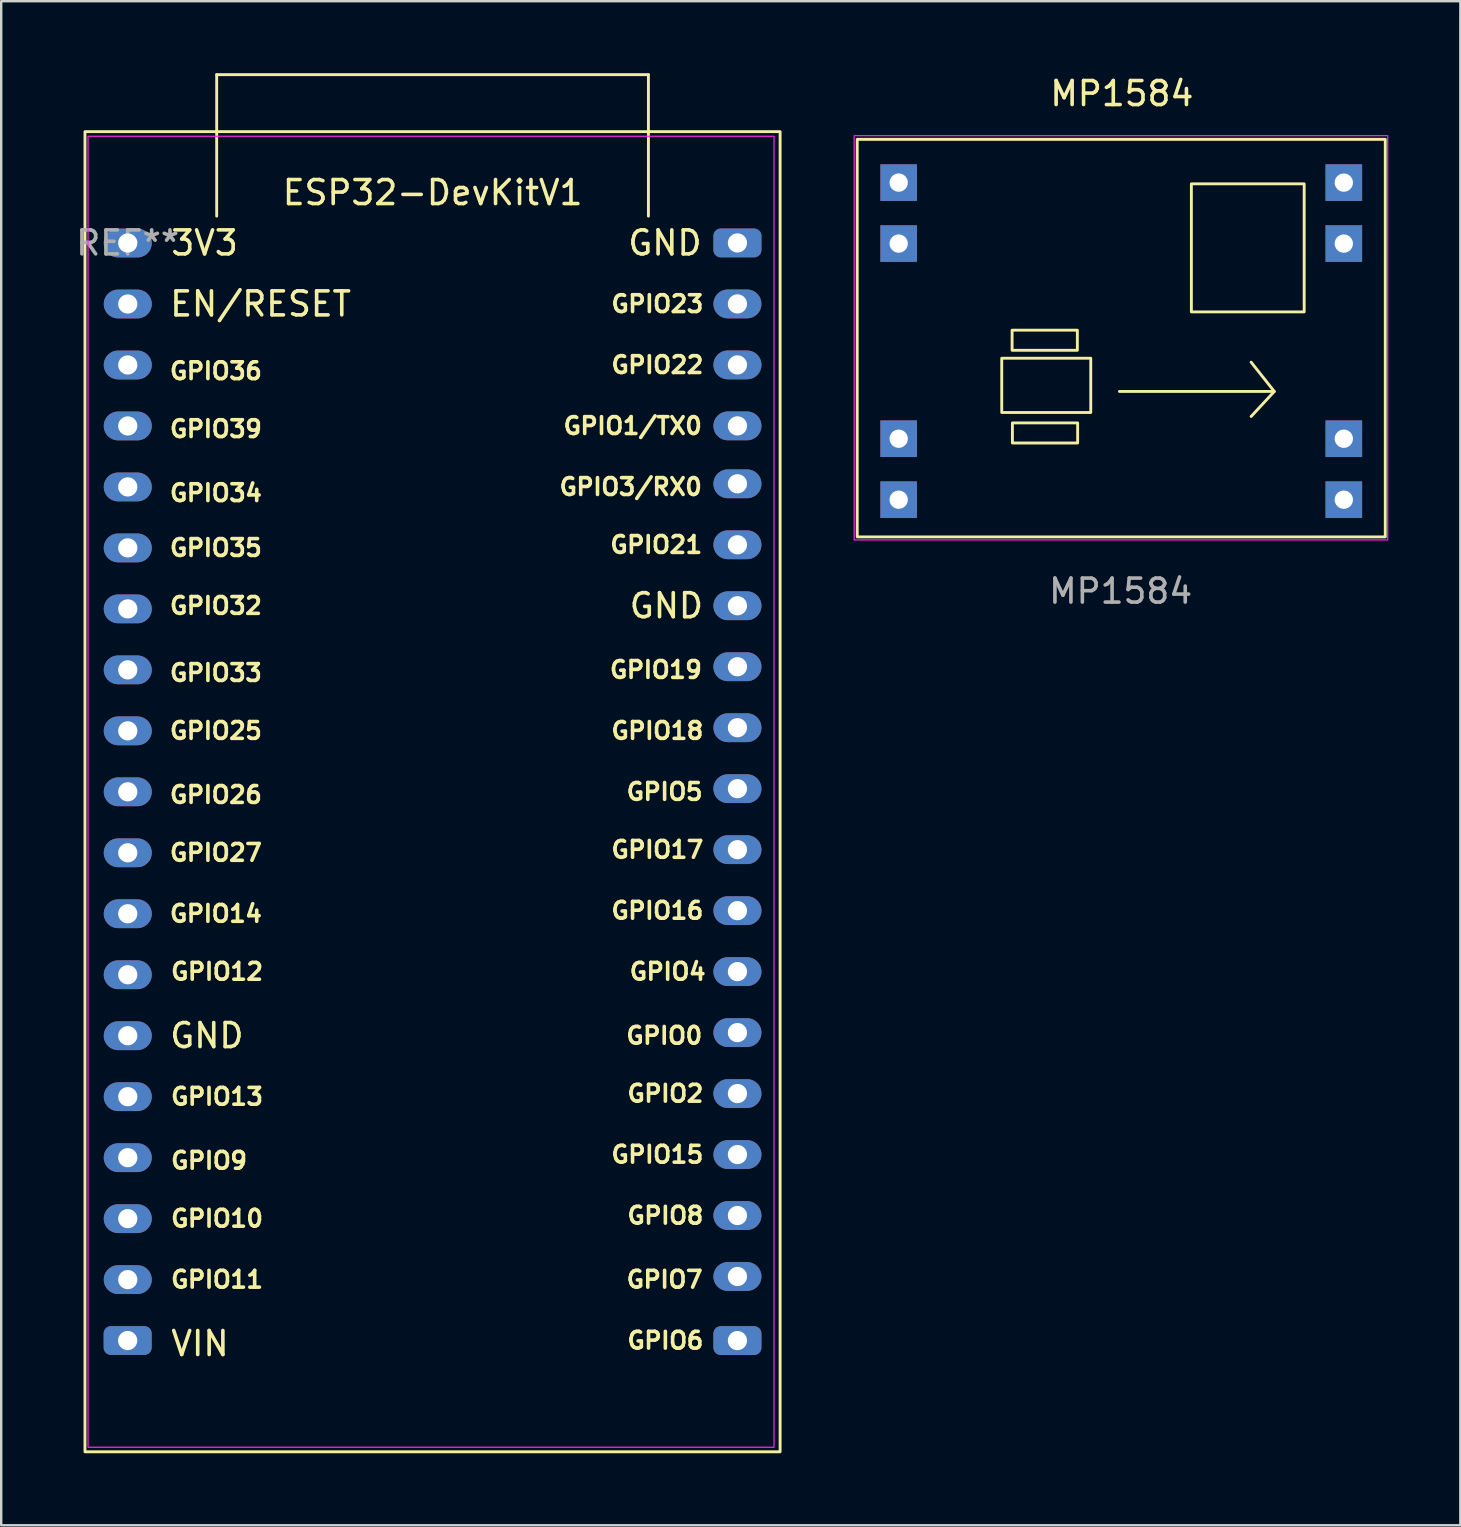
<source format=kicad_pcb>
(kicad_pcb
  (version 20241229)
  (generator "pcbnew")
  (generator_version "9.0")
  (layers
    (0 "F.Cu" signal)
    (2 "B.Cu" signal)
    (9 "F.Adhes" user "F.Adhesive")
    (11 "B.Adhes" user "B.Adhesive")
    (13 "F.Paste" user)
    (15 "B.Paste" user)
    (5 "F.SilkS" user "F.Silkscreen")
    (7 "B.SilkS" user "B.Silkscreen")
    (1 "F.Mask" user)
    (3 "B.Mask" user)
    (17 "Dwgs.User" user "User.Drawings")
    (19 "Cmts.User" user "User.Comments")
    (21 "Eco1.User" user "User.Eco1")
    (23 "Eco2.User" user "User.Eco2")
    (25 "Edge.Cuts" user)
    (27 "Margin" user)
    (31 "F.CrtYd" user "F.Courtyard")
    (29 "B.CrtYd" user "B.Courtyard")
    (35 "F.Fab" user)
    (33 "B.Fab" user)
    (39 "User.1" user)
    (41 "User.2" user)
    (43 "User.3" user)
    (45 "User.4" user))
  (footprint "MP1584"
    (layer "F.Cu")
    (at 43.656 11.161)
    (property "Reference" "MP1584" (at 0.025 -10.312 0) (unlocked yes) (layer "F.SilkS") (effects (font (size 1 1) (thickness 0.15))))
    (attr through_hole)
    (fp_line (start -0.076 2.095) (end 6.325 2.095) (stroke (width 0.12) (type solid)) (layer "F.SilkS"))
    (fp_line (start 5.41 0.876) (end 6.375 2.095) (stroke (width 0.12) (type solid)) (layer "F.SilkS"))
    (fp_line (start 5.41 3.137) (end 6.375 2.095) (stroke (width 0.12) (type solid)) (layer "F.SilkS"))
    (fp_rect (start -4.978 2.972) (end -1.27 0.711) (stroke (width 0.12) (type solid)) (fill no) (layer "F.SilkS"))
    (fp_rect (start -4.547 0.381) (end -1.829 -0.457) (stroke (width 0.12) (type solid)) (fill no) (layer "F.SilkS"))
    (fp_rect (start -4.534 4.242) (end -1.816 3.404) (stroke (width 0.12) (type solid)) (fill no) (layer "F.SilkS"))
    (fp_rect (start 2.921 -6.553) (end 7.62 -1.219) (stroke (width 0.12) (type solid)) (fill no) (layer "F.SilkS"))
    (fp_rect (start 10.998 -8.407) (end -10.998 8.153) (stroke (width 0.12) (type solid)) (fill no) (layer "F.SilkS"))
    (fp_rect (start -11.125 -8.56) (end 11.1 8.28) (stroke (width 0.05) (type solid)) (fill no) (layer "F.CrtYd"))
    (fp_text user "${REFERENCE}" (at -0.025 10.414 0) (unlocked yes) (layer "F.Fab") (effects (font (size 1 1) (thickness 0.15))))
    (pad "1" thru_hole rect (at -9.271 4.064) (size 1.524 1.524) (drill 0.762) (layers "*.Cu" "*.Mask"))
    (pad "1" thru_hole rect (at -9.271 6.604) (size 1.524 1.524) (drill 0.762) (layers "*.Cu" "*.Mask"))
    (pad "2" thru_hole rect (at -9.271 -6.604) (size 1.524 1.524) (drill 0.762) (layers "*.Cu" "*.Mask"))
    (pad "2" thru_hole rect (at -9.271 -4.064) (size 1.524 1.524) (drill 0.762) (layers "*.Cu" "*.Mask"))
    (pad "3" thru_hole rect (at 9.271 -6.604) (size 1.524 1.524) (drill 0.762) (layers "*.Cu" "*.Mask"))
    (pad "3" thru_hole rect (at 9.271 -4.064) (size 1.524 1.524) (drill 0.762) (layers "*.Cu" "*.Mask"))
    (pad "4" thru_hole rect (at 9.271 4.064) (size 1.524 1.524) (drill 0.762) (layers "*.Cu" "*.Mask"))
    (pad "4" thru_hole rect (at 9.271 6.604) (size 1.524 1.524) (drill 0.762) (layers "*.Cu" "*.Mask")))
  (footprint "ESP32-DevKitV1"
    (layer "F.Cu")
    (at 2.268 7.07)
    (property "Reference" "ESP32-DevKitV1" (at 12.704 -2.097 0) (layer "F.SilkS") (effects (font (size 1 1) (thickness 0.15))))
    (attr through_hole)
    (fp_line (start 3.708 -7.01) (end 21.692 -7.01) (stroke (width 0.12) (type solid)) (layer "F.SilkS"))
    (fp_line (start 3.708 -1.118) (end 3.708 -7.01) (stroke (width 0.12) (type solid)) (layer "F.SilkS"))
    (fp_line (start 21.692 -7.01) (end 21.692 -1.118) (stroke (width 0.12) (type solid)) (layer "F.SilkS"))
    (fp_rect (start -1.778 -4.636) (end 27.178 50.355) (stroke (width 0.12) (type solid)) (fill no) (layer "F.SilkS"))
    (fp_rect (start -1.651 -4.445) (end 26.924 50.165) (stroke (width 0.05) (type solid)) (fill no) (layer "F.CrtYd"))
    (fp_text user "GPIO9" (at 1.724 38.227 0) (unlocked yes) (layer "F.SilkS") (effects (font (size 0.7 0.7) (thickness 0.15)) (justify left)))
    (fp_text user "GPIO16" (at 20.066 27.813 0) (unlocked yes) (layer "F.SilkS") (effects (font (size 0.7 0.7) (thickness 0.15)) (justify left)))
    (fp_text user "GPIO14" (at 5.674 27.94 0) (unlocked yes) (layer "F.SilkS") (effects (font (size 0.7 0.7) (thickness 0.15)) (justify right)))
    (fp_text user "GPIO19" (at 24.003 17.78 0) (unlocked yes) (layer "F.SilkS") (effects (font (size 0.7 0.7) (thickness 0.15)) (justify right)))
    (fp_text user "GPIO21" (at 24.016 12.573 0) (unlocked yes) (layer "F.SilkS") (effects (font (size 0.7 0.7) (thickness 0.15)) (justify right)))
    (fp_text user "GPIO10" (at 1.724 40.64 0) (unlocked yes) (layer "F.SilkS") (effects (font (size 0.7 0.7) (thickness 0.15)) (justify left)))
    (fp_text user "GPIO18" (at 20.066 20.32 0) (unlocked yes) (layer "F.SilkS") (effects (font (size 0.7 0.7) (thickness 0.15)) (justify left)))
    (fp_text user "GPIO11" (at 1.724 43.18 0) (unlocked yes) (layer "F.SilkS") (effects (font (size 0.7 0.7) (thickness 0.15)) (justify left)))
    (fp_text user "GPIO6" (at 20.733 45.72 0) (unlocked yes) (layer "F.SilkS") (effects (font (size 0.7 0.7) (thickness 0.15)) (justify left)))
    (fp_text user "GND" (at 24.003 0 0) (unlocked yes) (layer "F.SilkS") (effects (font (size 1 1) (thickness 0.15)) (justify right)))
    (fp_text user "GPIO34" (at 5.674 10.414 0) (unlocked yes) (layer "F.SilkS") (effects (font (size 0.7 0.7) (thickness 0.15)) (justify right)))
    (fp_text user "GND" (at 4.922 33.02 0) (unlocked yes) (layer "F.SilkS") (effects (font (size 1 1) (thickness 0.15)) (justify right)))
    (fp_text user "GPIO0" (at 24.016 33.02 0) (unlocked yes) (layer "F.SilkS") (effects (font (size 0.7 0.7) (thickness 0.15)) (justify right)))
    (fp_text user "GND" (at 20.818 15.113 0) (unlocked yes) (layer "F.SilkS") (effects (font (size 1 1) (thickness 0.15)) (justify left)))
    (fp_text user "GPIO12" (at 1.724 30.353 0) (unlocked yes) (layer "F.SilkS") (effects (font (size 0.7 0.7) (thickness 0.15)) (justify left)))
    (fp_text user "GPIO25" (at 5.674 20.32 0) (unlocked yes) (layer "F.SilkS") (effects (font (size 0.7 0.7) (thickness 0.15)) (justify right)))
    (fp_text user "GPIO1/TX0" (at 24.003 7.62 0) (unlocked yes) (layer "F.SilkS") (effects (font (size 0.7 0.7) (thickness 0.15)) (justify right)))
    (fp_text user "GPIO15" (at 20.066 37.973 0) (unlocked yes) (layer "F.SilkS") (effects (font (size 0.7 0.7) (thickness 0.15)) (justify left)))
    (fp_text user "GPIO26" (at 5.674 22.987 0) (unlocked yes) (layer "F.SilkS") (effects (font (size 0.7 0.7) (thickness 0.15)) (justify right)))
    (fp_text user "GPIO3/RX0" (at 24.003 10.16 0) (unlocked yes) (layer "F.SilkS") (effects (font (size 0.7 0.7) (thickness 0.15)) (justify right)))
    (fp_text user "GPIO33" (at 5.674 17.907 0) (unlocked yes) (layer "F.SilkS") (effects (font (size 0.7 0.7) (thickness 0.15)) (justify right)))
    (fp_text user "GPIO23" (at 20.066 2.54 0) (unlocked yes) (layer "F.SilkS") (effects (font (size 0.7 0.7) (thickness 0.15)) (justify left)))
    (fp_text user "EN/RESET" (at 9.398 2.54 0) (unlocked yes) (layer "F.SilkS") (effects (font (size 1 1) (thickness 0.15)) (justify right)))
    (fp_text user "GPIO5" (at 20.701 22.86 0) (unlocked yes) (layer "F.SilkS") (effects (font (size 0.7 0.7) (thickness 0.15)) (justify left)))
    (fp_text user "VIN" (at 1.724 45.847 0) (unlocked yes) (layer "F.SilkS") (effects (font (size 1 1) (thickness 0.15)) (justify left)))
    (fp_text user "GPIO17" (at 20.066 25.273 0) (unlocked yes) (layer "F.SilkS") (effects (font (size 0.7 0.7) (thickness 0.15)) (justify left)))
    (fp_text user "GPIO2" (at 20.733 35.433 0) (unlocked yes) (layer "F.SilkS") (effects (font (size 0.7 0.7) (thickness 0.15)) (justify left)))
    (fp_text user "GPIO22" (at 20.066 5.08 0) (unlocked yes) (layer "F.SilkS") (effects (font (size 0.7 0.7) (thickness 0.15)) (justify left)))
    (fp_text user "GPIO39" (at 5.674 7.747 0) (unlocked yes) (layer "F.SilkS") (effects (font (size 0.7 0.7) (thickness 0.15)) (justify right)))
    (fp_text user "3V3" (at 1.724 0 0) (unlocked yes) (layer "F.SilkS") (effects (font (size 1 1) (thickness 0.15)) (justify left)))
    (fp_text user "GPIO36" (at 5.674 5.334 0) (unlocked yes) (layer "F.SilkS") (effects (font (size 0.7 0.7) (thickness 0.15)) (justify right)))
    (fp_text user "GPIO8" (at 20.733 40.513 0) (unlocked yes) (layer "F.SilkS") (effects (font (size 0.7 0.7) (thickness 0.15)) (justify left)))
    (fp_text user "GPIO7" (at 20.701 43.18 0) (unlocked yes) (layer "F.SilkS") (effects (font (size 0.7 0.7) (thickness 0.15)) (justify left)))
    (fp_text user "GPIO32" (at 5.674 15.113 0) (unlocked yes) (layer "F.SilkS") (effects (font (size 0.7 0.7) (thickness 0.15)) (justify right)))
    (fp_text user "GPIO4" (at 20.828 30.353 0) (unlocked yes) (layer "F.SilkS") (effects (font (size 0.7 0.7) (thickness 0.15)) (justify left)))
    (fp_text user "GPIO13" (at 1.724 35.56 0) (unlocked yes) (layer "F.SilkS") (effects (font (size 0.7 0.7) (thickness 0.15)) (justify left)))
    (fp_text user "GPIO27" (at 5.674 25.4 0) (unlocked yes) (layer "F.SilkS") (effects (font (size 0.7 0.7) (thickness 0.15)) (justify right)))
    (fp_text user "GPIO35" (at 5.674 12.7 0) (unlocked yes) (layer "F.SilkS") (effects (font (size 0.7 0.7) (thickness 0.15)) (justify right)))
    (fp_text user "REF**" (at 0 0 0) (layer "F.Fab") (effects (font (size 1 1) (thickness 0.15))))
    (pad "1" thru_hole oval (at 0.004 0.003 270) (size 1.2 2) (drill 0.8) (layers "*.Cu" "*.Mask"))
    (pad "2" thru_hole oval (at 0.004 2.543 270) (size 1.2 2) (drill 0.8) (layers "*.Cu" "*.Mask"))
    (pad "3" thru_hole oval (at 0.004 5.083 270) (size 1.2 2) (drill 0.8) (layers "*.Cu" "*.Mask"))
    (pad "4" thru_hole oval (at 0.004 7.623 270) (size 1.2 2) (drill 0.8) (layers "*.Cu" "*.Mask"))
    (pad "5" thru_hole oval (at 0.004 10.163 270) (size 1.2 2) (drill 0.8) (layers "*.Cu" "*.Mask"))
    (pad "6" thru_hole oval (at 0.004 12.703 270) (size 1.2 2) (drill 0.8) (layers "*.Cu" "*.Mask"))
    (pad "7" thru_hole oval (at 0.004 15.243 270) (size 1.2 2) (drill 0.8) (layers "*.Cu" "*.Mask"))
    (pad "8" thru_hole oval (at 0.004 17.783 270) (size 1.2 2) (drill 0.8) (layers "*.Cu" "*.Mask"))
    (pad "9" thru_hole oval (at 0.004 20.323 270) (size 1.2 2) (drill 0.8) (layers "*.Cu" "*.Mask"))
    (pad "10" thru_hole oval (at 0.004 22.863 270) (size 1.2 2) (drill 0.8) (layers "*.Cu" "*.Mask"))
    (pad "11" thru_hole oval (at 0.004 25.403 270) (size 1.2 2) (drill 0.8) (layers "*.Cu" "*.Mask"))
    (pad "12" thru_hole oval (at 0.004 27.943 270) (size 1.2 2) (drill 0.8) (layers "*.Cu" "*.Mask"))
    (pad "13" thru_hole oval (at 0.004 30.483 270) (size 1.2 2) (drill 0.8) (layers "*.Cu" "*.Mask"))
    (pad "14" thru_hole oval (at 0.004 33.023 270) (size 1.2 2) (drill 0.8) (layers "*.Cu" "*.Mask"))
    (pad "15" thru_hole oval (at 0.004 35.563 270) (size 1.2 2) (drill 0.8) (layers "*.Cu" "*.Mask"))
    (pad "16" thru_hole oval (at 0.004 38.103 270) (size 1.2 2) (drill 0.8) (layers "*.Cu" "*.Mask"))
    (pad "17" thru_hole oval (at 0.004 40.643 270) (size 1.2 2) (drill 0.8) (layers "*.Cu" "*.Mask"))
    (pad "18" thru_hole oval (at 0.004 43.183 270) (size 1.2 2) (drill 0.8) (layers "*.Cu" "*.Mask"))
    (pad "19" thru_hole roundrect (at 0 45.72 90) (size 1.2 2) (drill 0.8) (layers "*.Cu" "*.Mask") (roundrect_rratio 0.25))
    (pad "20" thru_hole roundrect (at 25.4 45.723 90) (size 1.2 2) (drill 0.8) (layers "*.Cu" "*.Mask") (roundrect_rratio 0.25))
    (pad "21" thru_hole oval (at 25.4 43.053 270) (size 1.2 2) (drill 0.8) (layers "*.Cu" "*.Mask"))
    (pad "22" thru_hole oval (at 25.4 40.513 270) (size 1.2 2) (drill 0.8) (layers "*.Cu" "*.Mask"))
    (pad "23" thru_hole oval (at 25.4 37.973 270) (size 1.2 2) (drill 0.8) (layers "*.Cu" "*.Mask"))
    (pad "24" thru_hole oval (at 25.4 35.433 270) (size 1.2 2) (drill 0.8) (layers "*.Cu" "*.Mask"))
    (pad "25" thru_hole oval (at 25.4 32.893 270) (size 1.2 2) (drill 0.8) (layers "*.Cu" "*.Mask"))
    (pad "26" thru_hole oval (at 25.4 30.353 270) (size 1.2 2) (drill 0.8) (layers "*.Cu" "*.Mask"))
    (pad "27" thru_hole oval (at 25.4 27.813 270) (size 1.2 2) (drill 0.8) (layers "*.Cu" "*.Mask"))
    (pad "28" thru_hole oval (at 25.4 25.273 270) (size 1.2 2) (drill 0.8) (layers "*.Cu" "*.Mask"))
    (pad "29" thru_hole oval (at 25.4 22.733 270) (size 1.2 2) (drill 0.8) (layers "*.Cu" "*.Mask"))
    (pad "30" thru_hole oval (at 25.4 20.193 270) (size 1.2 2) (drill 0.8) (layers "*.Cu" "*.Mask"))
    (pad "31" thru_hole oval (at 25.4 17.653 270) (size 1.2 2) (drill 0.8) (layers "*.Cu" "*.Mask"))
    (pad "32" thru_hole oval (at 25.4 15.113 270) (size 1.2 2) (drill 0.8) (layers "*.Cu" "*.Mask"))
    (pad "33" thru_hole oval (at 25.4 12.573 270) (size 1.2 2) (drill 0.8) (layers "*.Cu" "*.Mask"))
    (pad "34" thru_hole oval (at 25.4 10.033 270) (size 1.2 2) (drill 0.8) (layers "*.Cu" "*.Mask"))
    (pad "35" thru_hole oval (at 25.4 7.62 270) (size 1.2 2) (drill 0.8) (layers "*.Cu" "*.Mask"))
    (pad "36" thru_hole oval (at 25.4 5.08 270) (size 1.2 2) (drill 0.8) (layers "*.Cu" "*.Mask"))
    (pad "37" thru_hole oval (at 25.4 2.54 270) (size 1.2 2) (drill 0.8) (layers "*.Cu" "*.Mask"))
    (pad "38" thru_hole roundrect (at 25.4 0 270) (size 1.2 2) (drill 0.8) (layers "*.Cu" "*.Mask") (roundrect_rratio 0.25)))
  (gr_rect
    (start -3 -3)
    (end 57.781 60.486)
    (stroke (width 0.1) (type default))
    (fill no)
    (layer "Edge.Cuts")))
</source>
